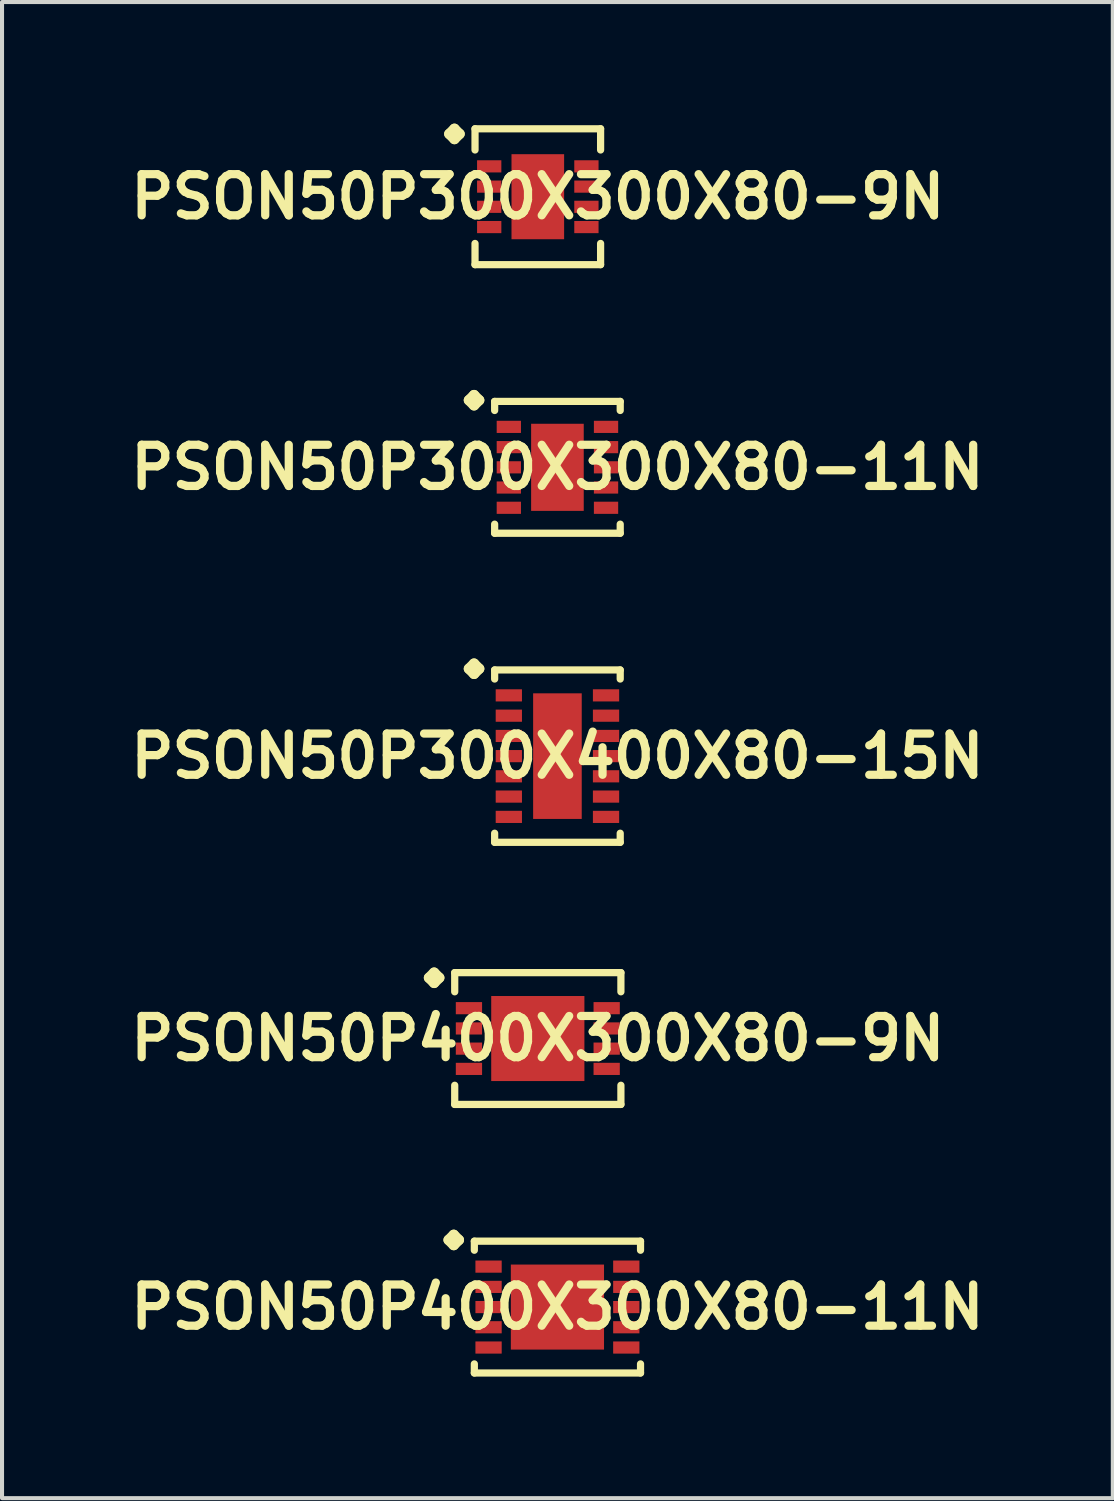
<source format=kicad_pcb>
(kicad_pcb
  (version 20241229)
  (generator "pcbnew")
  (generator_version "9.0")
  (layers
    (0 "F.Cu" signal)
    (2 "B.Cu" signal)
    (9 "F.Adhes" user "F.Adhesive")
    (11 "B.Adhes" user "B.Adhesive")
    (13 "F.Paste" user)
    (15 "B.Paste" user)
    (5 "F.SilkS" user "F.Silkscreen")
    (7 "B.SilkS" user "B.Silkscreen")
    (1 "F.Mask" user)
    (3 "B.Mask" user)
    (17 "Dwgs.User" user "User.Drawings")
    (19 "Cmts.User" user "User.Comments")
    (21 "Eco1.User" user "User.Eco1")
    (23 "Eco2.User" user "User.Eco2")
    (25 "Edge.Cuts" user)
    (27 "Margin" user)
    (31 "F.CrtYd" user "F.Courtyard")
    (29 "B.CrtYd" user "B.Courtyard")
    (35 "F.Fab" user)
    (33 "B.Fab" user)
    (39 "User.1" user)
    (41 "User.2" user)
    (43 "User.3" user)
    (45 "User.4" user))
  (footprint "PSON50P300X300X80-11N"
    (layer "F.Cu")
    (at 10.702 8.479)
    (property "Reference" "PSON50P300X300X80-11N" (at 0 0 0) (layer "F.SilkS") (effects (font (size 1.016 1.016) (thickness 0.203))))
    (attr smd)
    (fp_line (start -2.184 -1.656) (end -2.057 -1.783) (stroke (width 0.254) (type solid)) (layer "F.SilkS"))
    (fp_line (start -2.057 -1.783) (end -1.93 -1.656) (stroke (width 0.254) (type solid)) (layer "F.SilkS"))
    (fp_line (start -2.057 -1.529) (end -2.184 -1.656) (stroke (width 0.254) (type solid)) (layer "F.SilkS"))
    (fp_line (start -1.93 -1.656) (end -2.057 -1.529) (stroke (width 0.254) (type solid)) (layer "F.SilkS"))
    (fp_line (start -1.549 -1.626) (end 1.549 -1.626) (stroke (width 0.178) (type solid)) (layer "F.SilkS"))
    (fp_line (start -1.549 -1.402) (end -1.549 -1.626) (stroke (width 0.178) (type solid)) (layer "F.SilkS"))
    (fp_line (start -1.549 1.402) (end -1.549 1.626) (stroke (width 0.178) (type solid)) (layer "F.SilkS"))
    (fp_line (start -1.549 1.626) (end 1.549 1.626) (stroke (width 0.178) (type solid)) (layer "F.SilkS"))
    (fp_line (start 1.549 -1.626) (end 1.549 -1.402) (stroke (width 0.178) (type solid)) (layer "F.SilkS"))
    (fp_line (start 1.549 1.626) (end 1.549 1.402) (stroke (width 0.178) (type solid)) (layer "F.SilkS"))
    (pad "1" smd rect (at -1.199 -0.998) (size 0.599 0.3) (layers "F.Cu" "F.Mask" "F.Paste"))
    (pad "2" smd rect (at -1.199 -0.498) (size 0.599 0.3) (layers "F.Cu" "F.Mask" "F.Paste"))
    (pad "3" smd rect (at -1.199 0) (size 0.599 0.3) (layers "F.Cu" "F.Mask" "F.Paste"))
    (pad "4" smd rect (at -1.199 0.498) (size 0.599 0.3) (layers "F.Cu" "F.Mask" "F.Paste"))
    (pad "5" smd rect (at -1.199 0.998) (size 0.599 0.3) (layers "F.Cu" "F.Mask" "F.Paste"))
    (pad "6" smd rect (at 1.199 0.998) (size 0.599 0.3) (layers "F.Cu" "F.Mask" "F.Paste"))
    (pad "7" smd rect (at 1.199 0.498) (size 0.599 0.3) (layers "F.Cu" "F.Mask" "F.Paste"))
    (pad "8" smd rect (at 1.199 0) (size 0.599 0.3) (layers "F.Cu" "F.Mask" "F.Paste"))
    (pad "9" smd rect (at 1.199 -0.498) (size 0.599 0.3) (layers "F.Cu" "F.Mask" "F.Paste"))
    (pad "10" smd rect (at 1.199 -0.998) (size 0.599 0.3) (layers "F.Cu" "F.Mask" "F.Paste"))
    (pad "11" smd rect (at 0 0) (size 1.298 2.149) (layers "F.Cu" "F.Mask" "F.Paste")))
  (footprint "PSON50P300X300X80-9N"
    (layer "F.Cu")
    (at 10.218 1.803)
    (property "Reference" "PSON50P300X300X80-9N" (at 0 0 0) (layer "F.SilkS") (effects (font (size 1.016 1.016) (thickness 0.203))))
    (attr smd)
    (fp_line (start -2.184 -1.549) (end -2.057 -1.676) (stroke (width 0.254) (type solid)) (layer "F.SilkS"))
    (fp_line (start -2.057 -1.676) (end -1.93 -1.549) (stroke (width 0.254) (type solid)) (layer "F.SilkS"))
    (fp_line (start -2.057 -1.422) (end -2.184 -1.549) (stroke (width 0.254) (type solid)) (layer "F.SilkS"))
    (fp_line (start -1.93 -1.549) (end -2.057 -1.422) (stroke (width 0.254) (type solid)) (layer "F.SilkS"))
    (fp_line (start -1.549 -1.676) (end 1.549 -1.676) (stroke (width 0.178) (type solid)) (layer "F.SilkS"))
    (fp_line (start -1.549 -1.153) (end -1.549 -1.676) (stroke (width 0.178) (type solid)) (layer "F.SilkS"))
    (fp_line (start -1.549 1.153) (end -1.549 1.676) (stroke (width 0.178) (type solid)) (layer "F.SilkS"))
    (fp_line (start -1.549 1.676) (end 1.549 1.676) (stroke (width 0.178) (type solid)) (layer "F.SilkS"))
    (fp_line (start 1.549 -1.676) (end 1.549 -1.153) (stroke (width 0.178) (type solid)) (layer "F.SilkS"))
    (fp_line (start 1.549 1.676) (end 1.549 1.153) (stroke (width 0.178) (type solid)) (layer "F.SilkS"))
    (pad "1" smd rect (at -1.199 -0.749) (size 0.599 0.3) (layers "F.Cu" "F.Mask" "F.Paste"))
    (pad "2" smd rect (at -1.199 -0.249) (size 0.599 0.3) (layers "F.Cu" "F.Mask" "F.Paste"))
    (pad "3" smd rect (at -1.199 0.249) (size 0.599 0.3) (layers "F.Cu" "F.Mask" "F.Paste"))
    (pad "4" smd rect (at -1.199 0.749) (size 0.599 0.3) (layers "F.Cu" "F.Mask" "F.Paste"))
    (pad "5" smd rect (at 1.199 0.749) (size 0.599 0.3) (layers "F.Cu" "F.Mask" "F.Paste"))
    (pad "6" smd rect (at 1.199 0.249) (size 0.599 0.3) (layers "F.Cu" "F.Mask" "F.Paste"))
    (pad "7" smd rect (at 1.199 -0.249) (size 0.599 0.3) (layers "F.Cu" "F.Mask" "F.Paste"))
    (pad "8" smd rect (at 1.199 -0.749) (size 0.599 0.3) (layers "F.Cu" "F.Mask" "F.Paste"))
    (pad "9" smd rect (at 0 0) (size 1.298 2.098) (layers "F.Cu" "F.Mask" "F.Paste")))
  (footprint "PSON50P400X300X80-9N"
    (layer "F.Cu")
    (at 10.218 22.571)
    (property "Reference" "PSON50P400X300X80-9N" (at 0 0 0) (layer "F.SilkS") (effects (font (size 1.016 1.016) (thickness 0.203))))
    (attr smd)
    (fp_line (start -2.685 -1.499) (end -2.558 -1.626) (stroke (width 0.254) (type solid)) (layer "F.SilkS"))
    (fp_line (start -2.558 -1.626) (end -2.431 -1.499) (stroke (width 0.254) (type solid)) (layer "F.SilkS"))
    (fp_line (start -2.558 -1.372) (end -2.685 -1.499) (stroke (width 0.254) (type solid)) (layer "F.SilkS"))
    (fp_line (start -2.431 -1.499) (end -2.558 -1.372) (stroke (width 0.254) (type solid)) (layer "F.SilkS"))
    (fp_line (start -2.05 -1.626) (end 2.05 -1.626) (stroke (width 0.178) (type solid)) (layer "F.SilkS"))
    (fp_line (start -2.05 -1.153) (end -2.05 -1.626) (stroke (width 0.178) (type solid)) (layer "F.SilkS"))
    (fp_line (start -2.05 1.153) (end -2.05 1.626) (stroke (width 0.178) (type solid)) (layer "F.SilkS"))
    (fp_line (start -2.05 1.626) (end 2.05 1.626) (stroke (width 0.178) (type solid)) (layer "F.SilkS"))
    (fp_line (start 2.05 -1.626) (end 2.05 -1.153) (stroke (width 0.178) (type solid)) (layer "F.SilkS"))
    (fp_line (start 2.05 1.626) (end 2.05 1.153) (stroke (width 0.178) (type solid)) (layer "F.SilkS"))
    (pad "1" smd rect (at -1.699 -0.749) (size 0.648 0.3) (layers "F.Cu" "F.Mask" "F.Paste"))
    (pad "2" smd rect (at -1.699 -0.249) (size 0.648 0.3) (layers "F.Cu" "F.Mask" "F.Paste"))
    (pad "3" smd rect (at -1.699 0.249) (size 0.648 0.3) (layers "F.Cu" "F.Mask" "F.Paste"))
    (pad "4" smd rect (at -1.699 0.749) (size 0.648 0.3) (layers "F.Cu" "F.Mask" "F.Paste"))
    (pad "5" smd rect (at 1.699 0.749) (size 0.648 0.3) (layers "F.Cu" "F.Mask" "F.Paste"))
    (pad "6" smd rect (at 1.699 0.249) (size 0.648 0.3) (layers "F.Cu" "F.Mask" "F.Paste"))
    (pad "7" smd rect (at 1.699 -0.249) (size 0.648 0.3) (layers "F.Cu" "F.Mask" "F.Paste"))
    (pad "8" smd rect (at 1.699 -0.749) (size 0.648 0.3) (layers "F.Cu" "F.Mask" "F.Paste"))
    (pad "9" smd rect (at 0 0) (size 2.299 2.098) (layers "F.Cu" "F.Mask" "F.Paste")))
  (footprint "PSON50P300X400X80-15N"
    (layer "F.Cu")
    (at 10.702 15.604)
    (property "Reference" "PSON50P300X400X80-15N" (at 0 0 0) (layer "F.SilkS") (effects (font (size 1.016 1.016) (thickness 0.203))))
    (attr smd)
    (fp_line (start -2.184 -2.156) (end -2.057 -2.283) (stroke (width 0.254) (type solid)) (layer "F.SilkS"))
    (fp_line (start -2.057 -2.283) (end -1.93 -2.156) (stroke (width 0.254) (type solid)) (layer "F.SilkS"))
    (fp_line (start -2.057 -2.029) (end -2.184 -2.156) (stroke (width 0.254) (type solid)) (layer "F.SilkS"))
    (fp_line (start -1.93 -2.156) (end -2.057 -2.029) (stroke (width 0.254) (type solid)) (layer "F.SilkS"))
    (fp_line (start -1.549 -2.126) (end 1.549 -2.126) (stroke (width 0.178) (type solid)) (layer "F.SilkS"))
    (fp_line (start -1.549 -1.902) (end -1.549 -2.126) (stroke (width 0.178) (type solid)) (layer "F.SilkS"))
    (fp_line (start -1.549 1.902) (end -1.549 2.126) (stroke (width 0.178) (type solid)) (layer "F.SilkS"))
    (fp_line (start -1.549 2.126) (end 1.549 2.126) (stroke (width 0.178) (type solid)) (layer "F.SilkS"))
    (fp_line (start 1.549 -2.126) (end 1.549 -1.902) (stroke (width 0.178) (type solid)) (layer "F.SilkS"))
    (fp_line (start 1.549 2.126) (end 1.549 1.902) (stroke (width 0.178) (type solid)) (layer "F.SilkS"))
    (pad "1" smd rect (at -1.199 -1.499) (size 0.648 0.3) (layers "F.Cu" "F.Mask" "F.Paste"))
    (pad "2" smd rect (at -1.199 -0.998) (size 0.648 0.3) (layers "F.Cu" "F.Mask" "F.Paste"))
    (pad "3" smd rect (at -1.199 -0.498) (size 0.648 0.3) (layers "F.Cu" "F.Mask" "F.Paste"))
    (pad "4" smd rect (at -1.199 0) (size 0.648 0.3) (layers "F.Cu" "F.Mask" "F.Paste"))
    (pad "5" smd rect (at -1.199 0.498) (size 0.648 0.3) (layers "F.Cu" "F.Mask" "F.Paste"))
    (pad "6" smd rect (at -1.199 0.998) (size 0.648 0.3) (layers "F.Cu" "F.Mask" "F.Paste"))
    (pad "7" smd rect (at -1.199 1.499) (size 0.648 0.3) (layers "F.Cu" "F.Mask" "F.Paste"))
    (pad "8" smd rect (at 1.199 1.499) (size 0.648 0.3) (layers "F.Cu" "F.Mask" "F.Paste"))
    (pad "9" smd rect (at 1.199 0.998) (size 0.648 0.3) (layers "F.Cu" "F.Mask" "F.Paste"))
    (pad "10" smd rect (at 1.199 0.498) (size 0.648 0.3) (layers "F.Cu" "F.Mask" "F.Paste"))
    (pad "11" smd rect (at 1.199 0) (size 0.648 0.3) (layers "F.Cu" "F.Mask" "F.Paste"))
    (pad "12" smd rect (at 1.199 -0.498) (size 0.648 0.3) (layers "F.Cu" "F.Mask" "F.Paste"))
    (pad "13" smd rect (at 1.199 -0.998) (size 0.648 0.3) (layers "F.Cu" "F.Mask" "F.Paste"))
    (pad "14" smd rect (at 1.199 -1.499) (size 0.648 0.3) (layers "F.Cu" "F.Mask" "F.Paste"))
    (pad "15" smd rect (at 0 0) (size 1.199 3.099) (layers "F.Cu" "F.Mask" "F.Paste")))
  (footprint "PSON50P400X300X80-11N"
    (layer "F.Cu")
    (at 10.702 29.196)
    (property "Reference" "PSON50P400X300X80-11N" (at 0 0 0) (layer "F.SilkS") (effects (font (size 1.016 1.016) (thickness 0.203))))
    (attr smd)
    (fp_line (start -2.685 -1.656) (end -2.558 -1.783) (stroke (width 0.254) (type solid)) (layer "F.SilkS"))
    (fp_line (start -2.558 -1.783) (end -2.431 -1.656) (stroke (width 0.254) (type solid)) (layer "F.SilkS"))
    (fp_line (start -2.558 -1.529) (end -2.685 -1.656) (stroke (width 0.254) (type solid)) (layer "F.SilkS"))
    (fp_line (start -2.431 -1.656) (end -2.558 -1.529) (stroke (width 0.254) (type solid)) (layer "F.SilkS"))
    (fp_line (start -2.05 -1.626) (end 2.05 -1.626) (stroke (width 0.178) (type solid)) (layer "F.SilkS"))
    (fp_line (start -2.05 -1.402) (end -2.05 -1.626) (stroke (width 0.178) (type solid)) (layer "F.SilkS"))
    (fp_line (start -2.05 1.402) (end -2.05 1.626) (stroke (width 0.178) (type solid)) (layer "F.SilkS"))
    (fp_line (start -2.05 1.626) (end 2.05 1.626) (stroke (width 0.178) (type solid)) (layer "F.SilkS"))
    (fp_line (start 2.05 -1.626) (end 2.05 -1.402) (stroke (width 0.178) (type solid)) (layer "F.SilkS"))
    (fp_line (start 2.05 1.626) (end 2.05 1.402) (stroke (width 0.178) (type solid)) (layer "F.SilkS"))
    (pad "1" smd rect (at -1.699 -0.998) (size 0.648 0.3) (layers "F.Cu" "F.Mask" "F.Paste"))
    (pad "2" smd rect (at -1.699 -0.498) (size 0.648 0.3) (layers "F.Cu" "F.Mask" "F.Paste"))
    (pad "3" smd rect (at -1.699 0) (size 0.648 0.3) (layers "F.Cu" "F.Mask" "F.Paste"))
    (pad "4" smd rect (at -1.699 0.498) (size 0.648 0.3) (layers "F.Cu" "F.Mask" "F.Paste"))
    (pad "5" smd rect (at -1.699 0.998) (size 0.648 0.3) (layers "F.Cu" "F.Mask" "F.Paste"))
    (pad "6" smd rect (at 1.699 0.998) (size 0.648 0.3) (layers "F.Cu" "F.Mask" "F.Paste"))
    (pad "7" smd rect (at 1.699 0.498) (size 0.648 0.3) (layers "F.Cu" "F.Mask" "F.Paste"))
    (pad "8" smd rect (at 1.699 0) (size 0.648 0.3) (layers "F.Cu" "F.Mask" "F.Paste"))
    (pad "9" smd rect (at 1.699 -0.498) (size 0.648 0.3) (layers "F.Cu" "F.Mask" "F.Paste"))
    (pad "10" smd rect (at 1.699 -0.998) (size 0.648 0.3) (layers "F.Cu" "F.Mask" "F.Paste"))
    (pad "11" smd rect (at 0 0) (size 2.299 2.098) (layers "F.Cu" "F.Mask" "F.Paste")))
  (gr_rect
    (start -3 -3)
    (end 24.404 33.91)
    (stroke (width 0.1) (type default))
    (fill no)
    (layer "Edge.Cuts")))
</source>
